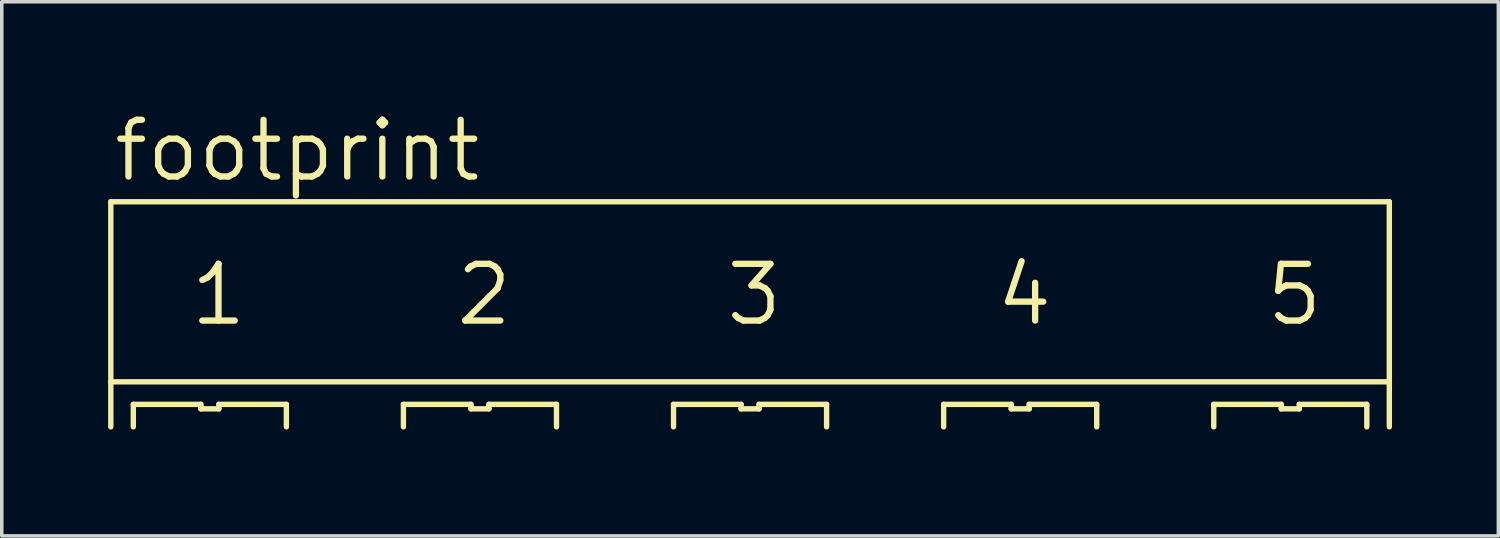
<source format=kicad_pcb>
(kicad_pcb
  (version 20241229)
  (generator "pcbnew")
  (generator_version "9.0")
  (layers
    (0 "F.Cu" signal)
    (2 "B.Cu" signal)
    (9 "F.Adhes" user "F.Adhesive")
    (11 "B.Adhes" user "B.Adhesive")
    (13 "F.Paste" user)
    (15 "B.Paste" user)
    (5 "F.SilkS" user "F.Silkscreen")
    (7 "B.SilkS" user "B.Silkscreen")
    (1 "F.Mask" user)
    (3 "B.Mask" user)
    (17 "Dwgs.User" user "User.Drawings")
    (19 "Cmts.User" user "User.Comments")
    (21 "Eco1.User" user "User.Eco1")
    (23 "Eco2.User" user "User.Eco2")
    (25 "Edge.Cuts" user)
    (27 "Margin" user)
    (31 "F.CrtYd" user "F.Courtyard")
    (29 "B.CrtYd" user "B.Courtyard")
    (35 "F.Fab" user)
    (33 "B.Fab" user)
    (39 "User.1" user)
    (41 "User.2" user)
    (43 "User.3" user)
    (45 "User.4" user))
  (footprint "footprint"
    (layer "F.Cu")
    (at 18.11 6.198)
    (property "Reference" "footprint" (at -18.034 -4.064 0) (layer "F.SilkS") (effects (font (size 1.6 1.6) (thickness 0.178)) (justify left bottom)))
    (fp_line (start -18.034 -3.556) (end 18.034 -3.556) (stroke (width 0.152) (type solid)) (layer "F.SilkS"))
    (fp_line (start -18.034 1.524) (end -18.034 -3.556) (stroke (width 0.152) (type solid)) (layer "F.SilkS"))
    (fp_line (start -18.034 1.524) (end 18.034 1.524) (stroke (width 0.152) (type solid)) (layer "F.SilkS"))
    (fp_line (start -18.034 2.794) (end -18.034 1.524) (stroke (width 0.152) (type solid)) (layer "F.SilkS"))
    (fp_line (start -17.399 2.159) (end -17.399 2.794) (stroke (width 0.152) (type solid)) (layer "F.SilkS"))
    (fp_line (start -15.494 2.159) (end -17.399 2.159) (stroke (width 0.152) (type solid)) (layer "F.SilkS"))
    (fp_line (start -15.494 2.286) (end -15.494 2.159) (stroke (width 0.152) (type solid)) (layer "F.SilkS"))
    (fp_line (start -14.986 2.159) (end -14.986 2.286) (stroke (width 0.152) (type solid)) (layer "F.SilkS"))
    (fp_line (start -14.986 2.286) (end -15.494 2.286) (stroke (width 0.152) (type solid)) (layer "F.SilkS"))
    (fp_line (start -13.081 2.159) (end -14.986 2.159) (stroke (width 0.152) (type solid)) (layer "F.SilkS"))
    (fp_line (start -13.081 2.794) (end -13.081 2.159) (stroke (width 0.152) (type solid)) (layer "F.SilkS"))
    (fp_line (start -9.779 2.159) (end -9.779 2.794) (stroke (width 0.152) (type solid)) (layer "F.SilkS"))
    (fp_line (start -7.874 2.159) (end -9.779 2.159) (stroke (width 0.152) (type solid)) (layer "F.SilkS"))
    (fp_line (start -7.874 2.286) (end -7.874 2.159) (stroke (width 0.152) (type solid)) (layer "F.SilkS"))
    (fp_line (start -7.366 2.159) (end -7.366 2.286) (stroke (width 0.152) (type solid)) (layer "F.SilkS"))
    (fp_line (start -7.366 2.286) (end -7.874 2.286) (stroke (width 0.152) (type solid)) (layer "F.SilkS"))
    (fp_line (start -5.461 2.159) (end -7.366 2.159) (stroke (width 0.152) (type solid)) (layer "F.SilkS"))
    (fp_line (start -5.461 2.794) (end -5.461 2.159) (stroke (width 0.152) (type solid)) (layer "F.SilkS"))
    (fp_line (start -2.159 2.159) (end -2.159 2.794) (stroke (width 0.152) (type solid)) (layer "F.SilkS"))
    (fp_line (start -0.254 2.159) (end -2.159 2.159) (stroke (width 0.152) (type solid)) (layer "F.SilkS"))
    (fp_line (start -0.254 2.286) (end -0.254 2.159) (stroke (width 0.152) (type solid)) (layer "F.SilkS"))
    (fp_line (start 0.254 2.159) (end 0.254 2.286) (stroke (width 0.152) (type solid)) (layer "F.SilkS"))
    (fp_line (start 0.254 2.286) (end -0.254 2.286) (stroke (width 0.152) (type solid)) (layer "F.SilkS"))
    (fp_line (start 2.159 2.159) (end 0.254 2.159) (stroke (width 0.152) (type solid)) (layer "F.SilkS"))
    (fp_line (start 2.159 2.794) (end 2.159 2.159) (stroke (width 0.152) (type solid)) (layer "F.SilkS"))
    (fp_line (start 5.461 2.159) (end 5.461 2.794) (stroke (width 0.152) (type solid)) (layer "F.SilkS"))
    (fp_line (start 7.366 2.159) (end 5.461 2.159) (stroke (width 0.152) (type solid)) (layer "F.SilkS"))
    (fp_line (start 7.366 2.286) (end 7.366 2.159) (stroke (width 0.152) (type solid)) (layer "F.SilkS"))
    (fp_line (start 7.874 2.159) (end 7.874 2.286) (stroke (width 0.152) (type solid)) (layer "F.SilkS"))
    (fp_line (start 7.874 2.286) (end 7.366 2.286) (stroke (width 0.152) (type solid)) (layer "F.SilkS"))
    (fp_line (start 9.779 2.159) (end 7.874 2.159) (stroke (width 0.152) (type solid)) (layer "F.SilkS"))
    (fp_line (start 9.779 2.794) (end 9.779 2.159) (stroke (width 0.152) (type solid)) (layer "F.SilkS"))
    (fp_line (start 13.081 2.159) (end 13.081 2.794) (stroke (width 0.152) (type solid)) (layer "F.SilkS"))
    (fp_line (start 14.986 2.159) (end 13.081 2.159) (stroke (width 0.152) (type solid)) (layer "F.SilkS"))
    (fp_line (start 14.986 2.286) (end 14.986 2.159) (stroke (width 0.152) (type solid)) (layer "F.SilkS"))
    (fp_line (start 15.494 2.159) (end 15.494 2.286) (stroke (width 0.152) (type solid)) (layer "F.SilkS"))
    (fp_line (start 15.494 2.286) (end 14.986 2.286) (stroke (width 0.152) (type solid)) (layer "F.SilkS"))
    (fp_line (start 17.399 2.159) (end 15.494 2.159) (stroke (width 0.152) (type solid)) (layer "F.SilkS"))
    (fp_line (start 17.399 2.794) (end 17.399 2.159) (stroke (width 0.152) (type solid)) (layer "F.SilkS"))
    (fp_line (start 18.034 -3.556) (end 18.034 1.524) (stroke (width 0.152) (type solid)) (layer "F.SilkS"))
    (fp_line (start 18.034 1.524) (end 18.034 2.794) (stroke (width 0.152) (type solid)) (layer "F.SilkS"))
    (fp_text user "2" (at -8.382 0 0) (layer "F.SilkS") (effects (font (size 1.6 1.6) (thickness 0.178)) (justify left bottom)))
    (fp_text user "5" (at 14.478 0 0) (layer "F.SilkS") (effects (font (size 1.6 1.6) (thickness 0.178)) (justify left bottom)))
    (fp_text user "1" (at -15.875 0 0) (layer "F.SilkS") (effects (font (size 1.6 1.6) (thickness 0.178)) (justify left bottom)))
    (fp_text user "4" (at 6.858 0 0) (layer "F.SilkS") (effects (font (size 1.6 1.6) (thickness 0.178)) (justify left bottom)))
    (fp_text user "3" (at -0.762 0 0) (layer "F.SilkS") (effects (font (size 1.6 1.6) (thickness 0.178)) (justify left bottom))))
  (gr_rect
    (start -3 -3)
    (end 39.22 12.068)
    (stroke (width 0.1) (type default))
    (fill no)
    (layer "Edge.Cuts")))
</source>
